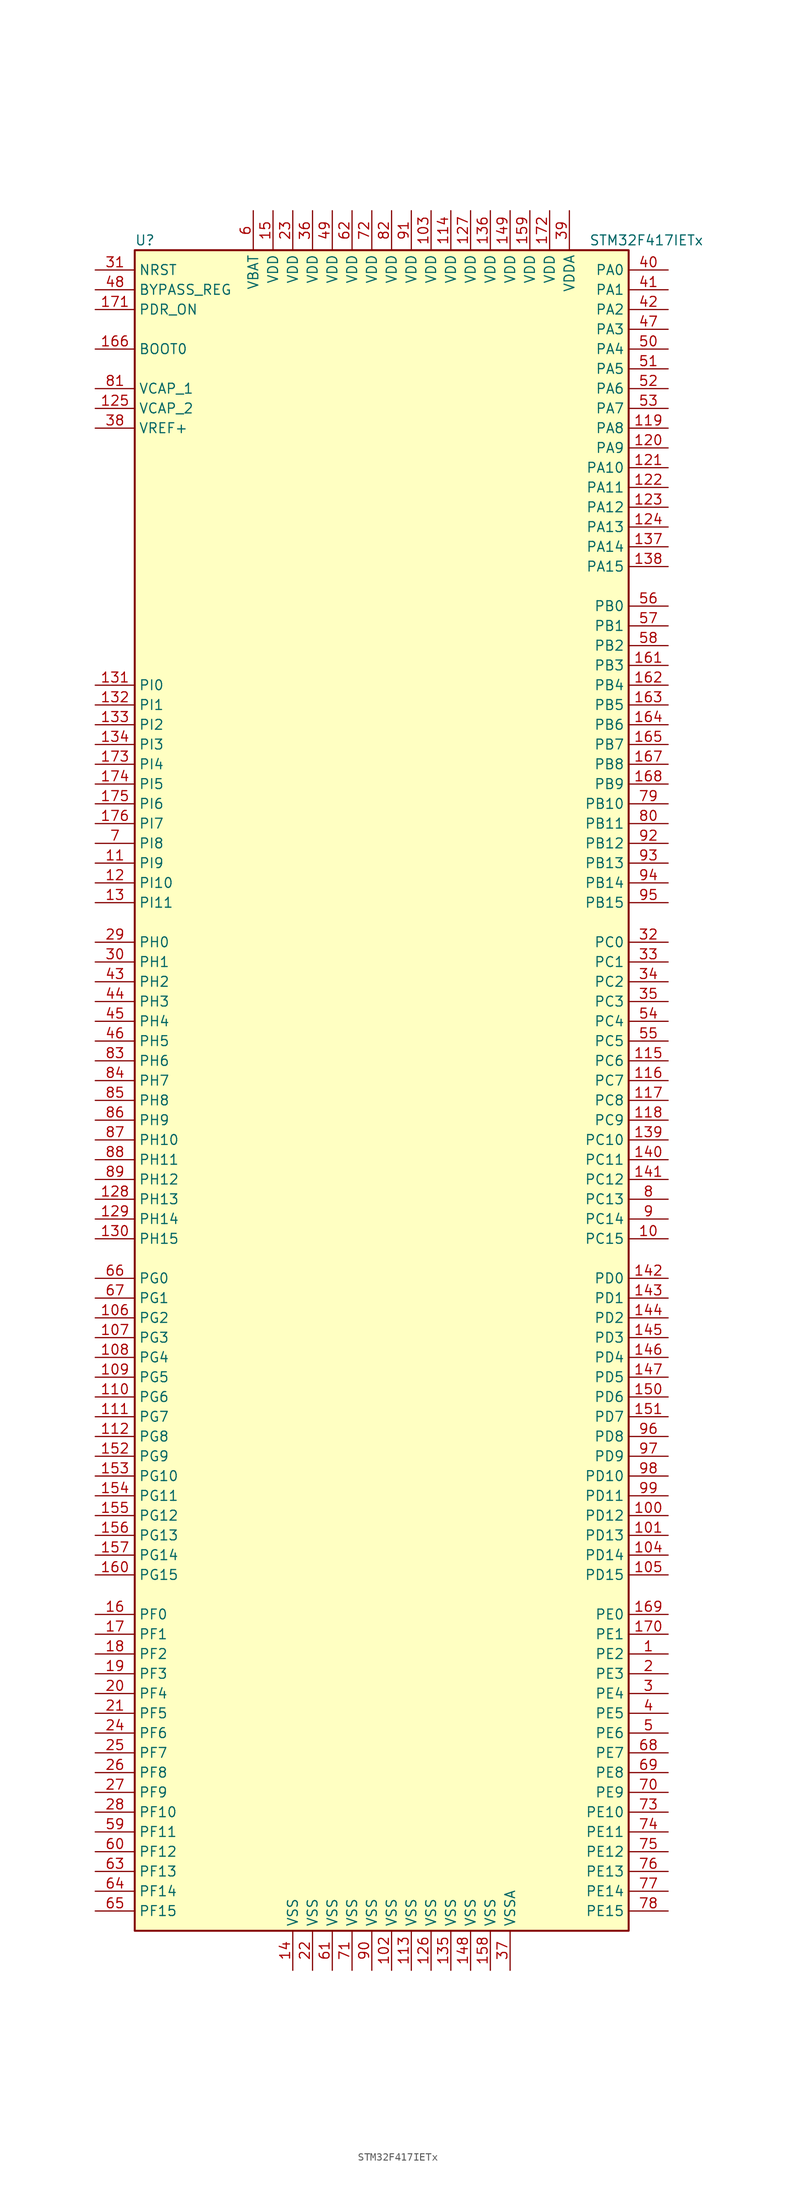
<source format=kicad_sym>
(kicad_symbol_lib
  (version 20201005)
  (generator kicad_symbol_editor)
  (symbol "MCU_ST_STM32F4:STM32F417IETx"
    (property "Reference" "U"
      (at -33.02 107.95 0)
      (effects (font (size 1.27 1.27)) (justify left)))
    (property "Value" "STM32F417IETx"
      (at 25.4 107.95 0)
      (effects (font (size 1.27 1.27)) (justify left)))
    (symbol "STM32F417IETx_0_1"
      (rectangle (start -33.02 -109.22) (end 30.48 106.68) (stroke (width 0.254)) (fill (type background))))
    (symbol "STM32F417IETx_1_1"
      (pin input line (at -38.1 93.98 0) (length 5.08) (name "BOOT0" (effects (font (size 1.27 1.27)))) (number "166" (effects (font (size 1.27 1.27)))))
      (pin input line (at -38.1 101.6 0) (length 5.08) (name "BYPASS_REG" (effects (font (size 1.27 1.27)))) (number "48" (effects (font (size 1.27 1.27)))))
      (pin input line (at -38.1 104.14 0) (length 5.08) (name "NRST" (effects (font (size 1.27 1.27)))) (number "31" (effects (font (size 1.27 1.27)))))
      (pin bidirectional line (at 35.56 104.14 180) (length 5.08) (name "PA0" (effects (font (size 1.27 1.27)))) (number "40" (effects (font (size 1.27 1.27)))))
      (pin bidirectional line (at 35.56 101.6 180) (length 5.08) (name "PA1" (effects (font (size 1.27 1.27)))) (number "41" (effects (font (size 1.27 1.27)))))
      (pin bidirectional line (at 35.56 78.74 180) (length 5.08) (name "PA10" (effects (font (size 1.27 1.27)))) (number "121" (effects (font (size 1.27 1.27)))))
      (pin bidirectional line (at 35.56 76.2 180) (length 5.08) (name "PA11" (effects (font (size 1.27 1.27)))) (number "122" (effects (font (size 1.27 1.27)))))
      (pin bidirectional line (at 35.56 73.66 180) (length 5.08) (name "PA12" (effects (font (size 1.27 1.27)))) (number "123" (effects (font (size 1.27 1.27)))))
      (pin bidirectional line (at 35.56 71.12 180) (length 5.08) (name "PA13" (effects (font (size 1.27 1.27)))) (number "124" (effects (font (size 1.27 1.27)))))
      (pin bidirectional line (at 35.56 68.58 180) (length 5.08) (name "PA14" (effects (font (size 1.27 1.27)))) (number "137" (effects (font (size 1.27 1.27)))))
      (pin bidirectional line (at 35.56 66.04 180) (length 5.08) (name "PA15" (effects (font (size 1.27 1.27)))) (number "138" (effects (font (size 1.27 1.27)))))
      (pin bidirectional line (at 35.56 99.06 180) (length 5.08) (name "PA2" (effects (font (size 1.27 1.27)))) (number "42" (effects (font (size 1.27 1.27)))))
      (pin bidirectional line (at 35.56 96.52 180) (length 5.08) (name "PA3" (effects (font (size 1.27 1.27)))) (number "47" (effects (font (size 1.27 1.27)))))
      (pin bidirectional line (at 35.56 93.98 180) (length 5.08) (name "PA4" (effects (font (size 1.27 1.27)))) (number "50" (effects (font (size 1.27 1.27)))))
      (pin bidirectional line (at 35.56 91.44 180) (length 5.08) (name "PA5" (effects (font (size 1.27 1.27)))) (number "51" (effects (font (size 1.27 1.27)))))
      (pin bidirectional line (at 35.56 88.9 180) (length 5.08) (name "PA6" (effects (font (size 1.27 1.27)))) (number "52" (effects (font (size 1.27 1.27)))))
      (pin bidirectional line (at 35.56 86.36 180) (length 5.08) (name "PA7" (effects (font (size 1.27 1.27)))) (number "53" (effects (font (size 1.27 1.27)))))
      (pin bidirectional line (at 35.56 83.82 180) (length 5.08) (name "PA8" (effects (font (size 1.27 1.27)))) (number "119" (effects (font (size 1.27 1.27)))))
      (pin bidirectional line (at 35.56 81.28 180) (length 5.08) (name "PA9" (effects (font (size 1.27 1.27)))) (number "120" (effects (font (size 1.27 1.27)))))
      (pin bidirectional line (at 35.56 60.96 180) (length 5.08) (name "PB0" (effects (font (size 1.27 1.27)))) (number "56" (effects (font (size 1.27 1.27)))))
      (pin bidirectional line (at 35.56 58.42 180) (length 5.08) (name "PB1" (effects (font (size 1.27 1.27)))) (number "57" (effects (font (size 1.27 1.27)))))
      (pin bidirectional line (at 35.56 35.56 180) (length 5.08) (name "PB10" (effects (font (size 1.27 1.27)))) (number "79" (effects (font (size 1.27 1.27)))))
      (pin bidirectional line (at 35.56 33.02 180) (length 5.08) (name "PB11" (effects (font (size 1.27 1.27)))) (number "80" (effects (font (size 1.27 1.27)))))
      (pin bidirectional line (at 35.56 30.48 180) (length 5.08) (name "PB12" (effects (font (size 1.27 1.27)))) (number "92" (effects (font (size 1.27 1.27)))))
      (pin bidirectional line (at 35.56 27.94 180) (length 5.08) (name "PB13" (effects (font (size 1.27 1.27)))) (number "93" (effects (font (size 1.27 1.27)))))
      (pin bidirectional line (at 35.56 25.4 180) (length 5.08) (name "PB14" (effects (font (size 1.27 1.27)))) (number "94" (effects (font (size 1.27 1.27)))))
      (pin bidirectional line (at 35.56 22.86 180) (length 5.08) (name "PB15" (effects (font (size 1.27 1.27)))) (number "95" (effects (font (size 1.27 1.27)))))
      (pin bidirectional line (at 35.56 55.88 180) (length 5.08) (name "PB2" (effects (font (size 1.27 1.27)))) (number "58" (effects (font (size 1.27 1.27)))))
      (pin bidirectional line (at 35.56 53.34 180) (length 5.08) (name "PB3" (effects (font (size 1.27 1.27)))) (number "161" (effects (font (size 1.27 1.27)))))
      (pin bidirectional line (at 35.56 50.8 180) (length 5.08) (name "PB4" (effects (font (size 1.27 1.27)))) (number "162" (effects (font (size 1.27 1.27)))))
      (pin bidirectional line (at 35.56 48.26 180) (length 5.08) (name "PB5" (effects (font (size 1.27 1.27)))) (number "163" (effects (font (size 1.27 1.27)))))
      (pin bidirectional line (at 35.56 45.72 180) (length 5.08) (name "PB6" (effects (font (size 1.27 1.27)))) (number "164" (effects (font (size 1.27 1.27)))))
      (pin bidirectional line (at 35.56 43.18 180) (length 5.08) (name "PB7" (effects (font (size 1.27 1.27)))) (number "165" (effects (font (size 1.27 1.27)))))
      (pin bidirectional line (at 35.56 40.64 180) (length 5.08) (name "PB8" (effects (font (size 1.27 1.27)))) (number "167" (effects (font (size 1.27 1.27)))))
      (pin bidirectional line (at 35.56 38.1 180) (length 5.08) (name "PB9" (effects (font (size 1.27 1.27)))) (number "168" (effects (font (size 1.27 1.27)))))
      (pin bidirectional line (at 35.56 17.78 180) (length 5.08) (name "PC0" (effects (font (size 1.27 1.27)))) (number "32" (effects (font (size 1.27 1.27)))))
      (pin bidirectional line (at 35.56 15.24 180) (length 5.08) (name "PC1" (effects (font (size 1.27 1.27)))) (number "33" (effects (font (size 1.27 1.27)))))
      (pin bidirectional line (at 35.56 -7.62 180) (length 5.08) (name "PC10" (effects (font (size 1.27 1.27)))) (number "139" (effects (font (size 1.27 1.27)))))
      (pin bidirectional line (at 35.56 -10.16 180) (length 5.08) (name "PC11" (effects (font (size 1.27 1.27)))) (number "140" (effects (font (size 1.27 1.27)))))
      (pin bidirectional line (at 35.56 -12.7 180) (length 5.08) (name "PC12" (effects (font (size 1.27 1.27)))) (number "141" (effects (font (size 1.27 1.27)))))
      (pin bidirectional line (at 35.56 -15.24 180) (length 5.08) (name "PC13" (effects (font (size 1.27 1.27)))) (number "8" (effects (font (size 1.27 1.27)))))
      (pin bidirectional line (at 35.56 -17.78 180) (length 5.08) (name "PC14" (effects (font (size 1.27 1.27)))) (number "9" (effects (font (size 1.27 1.27)))))
      (pin bidirectional line (at 35.56 -20.32 180) (length 5.08) (name "PC15" (effects (font (size 1.27 1.27)))) (number "10" (effects (font (size 1.27 1.27)))))
      (pin bidirectional line (at 35.56 12.7 180) (length 5.08) (name "PC2" (effects (font (size 1.27 1.27)))) (number "34" (effects (font (size 1.27 1.27)))))
      (pin bidirectional line (at 35.56 10.16 180) (length 5.08) (name "PC3" (effects (font (size 1.27 1.27)))) (number "35" (effects (font (size 1.27 1.27)))))
      (pin bidirectional line (at 35.56 7.62 180) (length 5.08) (name "PC4" (effects (font (size 1.27 1.27)))) (number "54" (effects (font (size 1.27 1.27)))))
      (pin bidirectional line (at 35.56 5.08 180) (length 5.08) (name "PC5" (effects (font (size 1.27 1.27)))) (number "55" (effects (font (size 1.27 1.27)))))
      (pin bidirectional line (at 35.56 2.54 180) (length 5.08) (name "PC6" (effects (font (size 1.27 1.27)))) (number "115" (effects (font (size 1.27 1.27)))))
      (pin bidirectional line (at 35.56 0 180) (length 5.08) (name "PC7" (effects (font (size 1.27 1.27)))) (number "116" (effects (font (size 1.27 1.27)))))
      (pin bidirectional line (at 35.56 -2.54 180) (length 5.08) (name "PC8" (effects (font (size 1.27 1.27)))) (number "117" (effects (font (size 1.27 1.27)))))
      (pin bidirectional line (at 35.56 -5.08 180) (length 5.08) (name "PC9" (effects (font (size 1.27 1.27)))) (number "118" (effects (font (size 1.27 1.27)))))
      (pin bidirectional line (at 35.56 -25.4 180) (length 5.08) (name "PD0" (effects (font (size 1.27 1.27)))) (number "142" (effects (font (size 1.27 1.27)))))
      (pin bidirectional line (at 35.56 -27.94 180) (length 5.08) (name "PD1" (effects (font (size 1.27 1.27)))) (number "143" (effects (font (size 1.27 1.27)))))
      (pin bidirectional line (at 35.56 -50.8 180) (length 5.08) (name "PD10" (effects (font (size 1.27 1.27)))) (number "98" (effects (font (size 1.27 1.27)))))
      (pin bidirectional line (at 35.56 -53.34 180) (length 5.08) (name "PD11" (effects (font (size 1.27 1.27)))) (number "99" (effects (font (size 1.27 1.27)))))
      (pin bidirectional line (at 35.56 -55.88 180) (length 5.08) (name "PD12" (effects (font (size 1.27 1.27)))) (number "100" (effects (font (size 1.27 1.27)))))
      (pin bidirectional line (at 35.56 -58.42 180) (length 5.08) (name "PD13" (effects (font (size 1.27 1.27)))) (number "101" (effects (font (size 1.27 1.27)))))
      (pin bidirectional line (at 35.56 -60.96 180) (length 5.08) (name "PD14" (effects (font (size 1.27 1.27)))) (number "104" (effects (font (size 1.27 1.27)))))
      (pin bidirectional line (at 35.56 -63.5 180) (length 5.08) (name "PD15" (effects (font (size 1.27 1.27)))) (number "105" (effects (font (size 1.27 1.27)))))
      (pin bidirectional line (at 35.56 -30.48 180) (length 5.08) (name "PD2" (effects (font (size 1.27 1.27)))) (number "144" (effects (font (size 1.27 1.27)))))
      (pin bidirectional line (at 35.56 -33.02 180) (length 5.08) (name "PD3" (effects (font (size 1.27 1.27)))) (number "145" (effects (font (size 1.27 1.27)))))
      (pin bidirectional line (at 35.56 -35.56 180) (length 5.08) (name "PD4" (effects (font (size 1.27 1.27)))) (number "146" (effects (font (size 1.27 1.27)))))
      (pin bidirectional line (at 35.56 -38.1 180) (length 5.08) (name "PD5" (effects (font (size 1.27 1.27)))) (number "147" (effects (font (size 1.27 1.27)))))
      (pin bidirectional line (at 35.56 -40.64 180) (length 5.08) (name "PD6" (effects (font (size 1.27 1.27)))) (number "150" (effects (font (size 1.27 1.27)))))
      (pin bidirectional line (at 35.56 -43.18 180) (length 5.08) (name "PD7" (effects (font (size 1.27 1.27)))) (number "151" (effects (font (size 1.27 1.27)))))
      (pin bidirectional line (at 35.56 -45.72 180) (length 5.08) (name "PD8" (effects (font (size 1.27 1.27)))) (number "96" (effects (font (size 1.27 1.27)))))
      (pin bidirectional line (at 35.56 -48.26 180) (length 5.08) (name "PD9" (effects (font (size 1.27 1.27)))) (number "97" (effects (font (size 1.27 1.27)))))
      (pin input line (at -38.1 99.06 0) (length 5.08) (name "PDR_ON" (effects (font (size 1.27 1.27)))) (number "171" (effects (font (size 1.27 1.27)))))
      (pin bidirectional line (at 35.56 -68.58 180) (length 5.08) (name "PE0" (effects (font (size 1.27 1.27)))) (number "169" (effects (font (size 1.27 1.27)))))
      (pin bidirectional line (at 35.56 -71.12 180) (length 5.08) (name "PE1" (effects (font (size 1.27 1.27)))) (number "170" (effects (font (size 1.27 1.27)))))
      (pin bidirectional line (at 35.56 -93.98 180) (length 5.08) (name "PE10" (effects (font (size 1.27 1.27)))) (number "73" (effects (font (size 1.27 1.27)))))
      (pin bidirectional line (at 35.56 -96.52 180) (length 5.08) (name "PE11" (effects (font (size 1.27 1.27)))) (number "74" (effects (font (size 1.27 1.27)))))
      (pin bidirectional line (at 35.56 -99.06 180) (length 5.08) (name "PE12" (effects (font (size 1.27 1.27)))) (number "75" (effects (font (size 1.27 1.27)))))
      (pin bidirectional line (at 35.56 -101.6 180) (length 5.08) (name "PE13" (effects (font (size 1.27 1.27)))) (number "76" (effects (font (size 1.27 1.27)))))
      (pin bidirectional line (at 35.56 -104.14 180) (length 5.08) (name "PE14" (effects (font (size 1.27 1.27)))) (number "77" (effects (font (size 1.27 1.27)))))
      (pin bidirectional line (at 35.56 -106.68 180) (length 5.08) (name "PE15" (effects (font (size 1.27 1.27)))) (number "78" (effects (font (size 1.27 1.27)))))
      (pin bidirectional line (at 35.56 -73.66 180) (length 5.08) (name "PE2" (effects (font (size 1.27 1.27)))) (number "1" (effects (font (size 1.27 1.27)))))
      (pin bidirectional line (at 35.56 -76.2 180) (length 5.08) (name "PE3" (effects (font (size 1.27 1.27)))) (number "2" (effects (font (size 1.27 1.27)))))
      (pin bidirectional line (at 35.56 -78.74 180) (length 5.08) (name "PE4" (effects (font (size 1.27 1.27)))) (number "3" (effects (font (size 1.27 1.27)))))
      (pin bidirectional line (at 35.56 -81.28 180) (length 5.08) (name "PE5" (effects (font (size 1.27 1.27)))) (number "4" (effects (font (size 1.27 1.27)))))
      (pin bidirectional line (at 35.56 -83.82 180) (length 5.08) (name "PE6" (effects (font (size 1.27 1.27)))) (number "5" (effects (font (size 1.27 1.27)))))
      (pin bidirectional line (at 35.56 -86.36 180) (length 5.08) (name "PE7" (effects (font (size 1.27 1.27)))) (number "68" (effects (font (size 1.27 1.27)))))
      (pin bidirectional line (at 35.56 -88.9 180) (length 5.08) (name "PE8" (effects (font (size 1.27 1.27)))) (number "69" (effects (font (size 1.27 1.27)))))
      (pin bidirectional line (at 35.56 -91.44 180) (length 5.08) (name "PE9" (effects (font (size 1.27 1.27)))) (number "70" (effects (font (size 1.27 1.27)))))
      (pin bidirectional line (at -38.1 -68.58 0) (length 5.08) (name "PF0" (effects (font (size 1.27 1.27)))) (number "16" (effects (font (size 1.27 1.27)))))
      (pin bidirectional line (at -38.1 -71.12 0) (length 5.08) (name "PF1" (effects (font (size 1.27 1.27)))) (number "17" (effects (font (size 1.27 1.27)))))
      (pin bidirectional line (at -38.1 -93.98 0) (length 5.08) (name "PF10" (effects (font (size 1.27 1.27)))) (number "28" (effects (font (size 1.27 1.27)))))
      (pin bidirectional line (at -38.1 -96.52 0) (length 5.08) (name "PF11" (effects (font (size 1.27 1.27)))) (number "59" (effects (font (size 1.27 1.27)))))
      (pin bidirectional line (at -38.1 -99.06 0) (length 5.08) (name "PF12" (effects (font (size 1.27 1.27)))) (number "60" (effects (font (size 1.27 1.27)))))
      (pin bidirectional line (at -38.1 -101.6 0) (length 5.08) (name "PF13" (effects (font (size 1.27 1.27)))) (number "63" (effects (font (size 1.27 1.27)))))
      (pin bidirectional line (at -38.1 -104.14 0) (length 5.08) (name "PF14" (effects (font (size 1.27 1.27)))) (number "64" (effects (font (size 1.27 1.27)))))
      (pin bidirectional line (at -38.1 -106.68 0) (length 5.08) (name "PF15" (effects (font (size 1.27 1.27)))) (number "65" (effects (font (size 1.27 1.27)))))
      (pin bidirectional line (at -38.1 -73.66 0) (length 5.08) (name "PF2" (effects (font (size 1.27 1.27)))) (number "18" (effects (font (size 1.27 1.27)))))
      (pin bidirectional line (at -38.1 -76.2 0) (length 5.08) (name "PF3" (effects (font (size 1.27 1.27)))) (number "19" (effects (font (size 1.27 1.27)))))
      (pin bidirectional line (at -38.1 -78.74 0) (length 5.08) (name "PF4" (effects (font (size 1.27 1.27)))) (number "20" (effects (font (size 1.27 1.27)))))
      (pin bidirectional line (at -38.1 -81.28 0) (length 5.08) (name "PF5" (effects (font (size 1.27 1.27)))) (number "21" (effects (font (size 1.27 1.27)))))
      (pin bidirectional line (at -38.1 -83.82 0) (length 5.08) (name "PF6" (effects (font (size 1.27 1.27)))) (number "24" (effects (font (size 1.27 1.27)))))
      (pin bidirectional line (at -38.1 -86.36 0) (length 5.08) (name "PF7" (effects (font (size 1.27 1.27)))) (number "25" (effects (font (size 1.27 1.27)))))
      (pin bidirectional line (at -38.1 -88.9 0) (length 5.08) (name "PF8" (effects (font (size 1.27 1.27)))) (number "26" (effects (font (size 1.27 1.27)))))
      (pin bidirectional line (at -38.1 -91.44 0) (length 5.08) (name "PF9" (effects (font (size 1.27 1.27)))) (number "27" (effects (font (size 1.27 1.27)))))
      (pin bidirectional line (at -38.1 -25.4 0) (length 5.08) (name "PG0" (effects (font (size 1.27 1.27)))) (number "66" (effects (font (size 1.27 1.27)))))
      (pin bidirectional line (at -38.1 -27.94 0) (length 5.08) (name "PG1" (effects (font (size 1.27 1.27)))) (number "67" (effects (font (size 1.27 1.27)))))
      (pin bidirectional line (at -38.1 -50.8 0) (length 5.08) (name "PG10" (effects (font (size 1.27 1.27)))) (number "153" (effects (font (size 1.27 1.27)))))
      (pin bidirectional line (at -38.1 -53.34 0) (length 5.08) (name "PG11" (effects (font (size 1.27 1.27)))) (number "154" (effects (font (size 1.27 1.27)))))
      (pin bidirectional line (at -38.1 -55.88 0) (length 5.08) (name "PG12" (effects (font (size 1.27 1.27)))) (number "155" (effects (font (size 1.27 1.27)))))
      (pin bidirectional line (at -38.1 -58.42 0) (length 5.08) (name "PG13" (effects (font (size 1.27 1.27)))) (number "156" (effects (font (size 1.27 1.27)))))
      (pin bidirectional line (at -38.1 -60.96 0) (length 5.08) (name "PG14" (effects (font (size 1.27 1.27)))) (number "157" (effects (font (size 1.27 1.27)))))
      (pin bidirectional line (at -38.1 -63.5 0) (length 5.08) (name "PG15" (effects (font (size 1.27 1.27)))) (number "160" (effects (font (size 1.27 1.27)))))
      (pin bidirectional line (at -38.1 -30.48 0) (length 5.08) (name "PG2" (effects (font (size 1.27 1.27)))) (number "106" (effects (font (size 1.27 1.27)))))
      (pin bidirectional line (at -38.1 -33.02 0) (length 5.08) (name "PG3" (effects (font (size 1.27 1.27)))) (number "107" (effects (font (size 1.27 1.27)))))
      (pin bidirectional line (at -38.1 -35.56 0) (length 5.08) (name "PG4" (effects (font (size 1.27 1.27)))) (number "108" (effects (font (size 1.27 1.27)))))
      (pin bidirectional line (at -38.1 -38.1 0) (length 5.08) (name "PG5" (effects (font (size 1.27 1.27)))) (number "109" (effects (font (size 1.27 1.27)))))
      (pin bidirectional line (at -38.1 -40.64 0) (length 5.08) (name "PG6" (effects (font (size 1.27 1.27)))) (number "110" (effects (font (size 1.27 1.27)))))
      (pin bidirectional line (at -38.1 -43.18 0) (length 5.08) (name "PG7" (effects (font (size 1.27 1.27)))) (number "111" (effects (font (size 1.27 1.27)))))
      (pin bidirectional line (at -38.1 -45.72 0) (length 5.08) (name "PG8" (effects (font (size 1.27 1.27)))) (number "112" (effects (font (size 1.27 1.27)))))
      (pin bidirectional line (at -38.1 -48.26 0) (length 5.08) (name "PG9" (effects (font (size 1.27 1.27)))) (number "152" (effects (font (size 1.27 1.27)))))
      (pin input line (at -38.1 17.78 0) (length 5.08) (name "PH0" (effects (font (size 1.27 1.27)))) (number "29" (effects (font (size 1.27 1.27)))))
      (pin input line (at -38.1 15.24 0) (length 5.08) (name "PH1" (effects (font (size 1.27 1.27)))) (number "30" (effects (font (size 1.27 1.27)))))
      (pin bidirectional line (at -38.1 -7.62 0) (length 5.08) (name "PH10" (effects (font (size 1.27 1.27)))) (number "87" (effects (font (size 1.27 1.27)))))
      (pin bidirectional line (at -38.1 -10.16 0) (length 5.08) (name "PH11" (effects (font (size 1.27 1.27)))) (number "88" (effects (font (size 1.27 1.27)))))
      (pin bidirectional line (at -38.1 -12.7 0) (length 5.08) (name "PH12" (effects (font (size 1.27 1.27)))) (number "89" (effects (font (size 1.27 1.27)))))
      (pin bidirectional line (at -38.1 -15.24 0) (length 5.08) (name "PH13" (effects (font (size 1.27 1.27)))) (number "128" (effects (font (size 1.27 1.27)))))
      (pin bidirectional line (at -38.1 -17.78 0) (length 5.08) (name "PH14" (effects (font (size 1.27 1.27)))) (number "129" (effects (font (size 1.27 1.27)))))
      (pin bidirectional line (at -38.1 -20.32 0) (length 5.08) (name "PH15" (effects (font (size 1.27 1.27)))) (number "130" (effects (font (size 1.27 1.27)))))
      (pin bidirectional line (at -38.1 12.7 0) (length 5.08) (name "PH2" (effects (font (size 1.27 1.27)))) (number "43" (effects (font (size 1.27 1.27)))))
      (pin bidirectional line (at -38.1 10.16 0) (length 5.08) (name "PH3" (effects (font (size 1.27 1.27)))) (number "44" (effects (font (size 1.27 1.27)))))
      (pin bidirectional line (at -38.1 7.62 0) (length 5.08) (name "PH4" (effects (font (size 1.27 1.27)))) (number "45" (effects (font (size 1.27 1.27)))))
      (pin bidirectional line (at -38.1 5.08 0) (length 5.08) (name "PH5" (effects (font (size 1.27 1.27)))) (number "46" (effects (font (size 1.27 1.27)))))
      (pin bidirectional line (at -38.1 2.54 0) (length 5.08) (name "PH6" (effects (font (size 1.27 1.27)))) (number "83" (effects (font (size 1.27 1.27)))))
      (pin bidirectional line (at -38.1 0 0) (length 5.08) (name "PH7" (effects (font (size 1.27 1.27)))) (number "84" (effects (font (size 1.27 1.27)))))
      (pin bidirectional line (at -38.1 -2.54 0) (length 5.08) (name "PH8" (effects (font (size 1.27 1.27)))) (number "85" (effects (font (size 1.27 1.27)))))
      (pin bidirectional line (at -38.1 -5.08 0) (length 5.08) (name "PH9" (effects (font (size 1.27 1.27)))) (number "86" (effects (font (size 1.27 1.27)))))
      (pin bidirectional line (at -38.1 50.8 0) (length 5.08) (name "PI0" (effects (font (size 1.27 1.27)))) (number "131" (effects (font (size 1.27 1.27)))))
      (pin bidirectional line (at -38.1 48.26 0) (length 5.08) (name "PI1" (effects (font (size 1.27 1.27)))) (number "132" (effects (font (size 1.27 1.27)))))
      (pin bidirectional line (at -38.1 25.4 0) (length 5.08) (name "PI10" (effects (font (size 1.27 1.27)))) (number "12" (effects (font (size 1.27 1.27)))))
      (pin bidirectional line (at -38.1 22.86 0) (length 5.08) (name "PI11" (effects (font (size 1.27 1.27)))) (number "13" (effects (font (size 1.27 1.27)))))
      (pin bidirectional line (at -38.1 45.72 0) (length 5.08) (name "PI2" (effects (font (size 1.27 1.27)))) (number "133" (effects (font (size 1.27 1.27)))))
      (pin bidirectional line (at -38.1 43.18 0) (length 5.08) (name "PI3" (effects (font (size 1.27 1.27)))) (number "134" (effects (font (size 1.27 1.27)))))
      (pin bidirectional line (at -38.1 40.64 0) (length 5.08) (name "PI4" (effects (font (size 1.27 1.27)))) (number "173" (effects (font (size 1.27 1.27)))))
      (pin bidirectional line (at -38.1 38.1 0) (length 5.08) (name "PI5" (effects (font (size 1.27 1.27)))) (number "174" (effects (font (size 1.27 1.27)))))
      (pin bidirectional line (at -38.1 35.56 0) (length 5.08) (name "PI6" (effects (font (size 1.27 1.27)))) (number "175" (effects (font (size 1.27 1.27)))))
      (pin bidirectional line (at -38.1 33.02 0) (length 5.08) (name "PI7" (effects (font (size 1.27 1.27)))) (number "176" (effects (font (size 1.27 1.27)))))
      (pin bidirectional line (at -38.1 30.48 0) (length 5.08) (name "PI8" (effects (font (size 1.27 1.27)))) (number "7" (effects (font (size 1.27 1.27)))))
      (pin bidirectional line (at -38.1 27.94 0) (length 5.08) (name "PI9" (effects (font (size 1.27 1.27)))) (number "11" (effects (font (size 1.27 1.27)))))
      (pin power_in line (at -17.78 111.76 270) (length 5.08) (name "VBAT" (effects (font (size 1.27 1.27)))) (number "6" (effects (font (size 1.27 1.27)))))
      (pin power_in line (at -38.1 88.9 0) (length 5.08) (name "VCAP_1" (effects (font (size 1.27 1.27)))) (number "81" (effects (font (size 1.27 1.27)))))
      (pin power_in line (at -38.1 86.36 0) (length 5.08) (name "VCAP_2" (effects (font (size 1.27 1.27)))) (number "125" (effects (font (size 1.27 1.27)))))
      (pin power_in line (at 5.08 111.76 270) (length 5.08) (name "VDD" (effects (font (size 1.27 1.27)))) (number "103" (effects (font (size 1.27 1.27)))))
      (pin power_in line (at 7.62 111.76 270) (length 5.08) (name "VDD" (effects (font (size 1.27 1.27)))) (number "114" (effects (font (size 1.27 1.27)))))
      (pin power_in line (at 10.16 111.76 270) (length 5.08) (name "VDD" (effects (font (size 1.27 1.27)))) (number "127" (effects (font (size 1.27 1.27)))))
      (pin power_in line (at 12.7 111.76 270) (length 5.08) (name "VDD" (effects (font (size 1.27 1.27)))) (number "136" (effects (font (size 1.27 1.27)))))
      (pin power_in line (at 15.24 111.76 270) (length 5.08) (name "VDD" (effects (font (size 1.27 1.27)))) (number "149" (effects (font (size 1.27 1.27)))))
      (pin power_in line (at -15.24 111.76 270) (length 5.08) (name "VDD" (effects (font (size 1.27 1.27)))) (number "15" (effects (font (size 1.27 1.27)))))
      (pin power_in line (at 17.78 111.76 270) (length 5.08) (name "VDD" (effects (font (size 1.27 1.27)))) (number "159" (effects (font (size 1.27 1.27)))))
      (pin power_in line (at 20.32 111.76 270) (length 5.08) (name "VDD" (effects (font (size 1.27 1.27)))) (number "172" (effects (font (size 1.27 1.27)))))
      (pin power_in line (at -12.7 111.76 270) (length 5.08) (name "VDD" (effects (font (size 1.27 1.27)))) (number "23" (effects (font (size 1.27 1.27)))))
      (pin power_in line (at -10.16 111.76 270) (length 5.08) (name "VDD" (effects (font (size 1.27 1.27)))) (number "36" (effects (font (size 1.27 1.27)))))
      (pin power_in line (at -7.62 111.76 270) (length 5.08) (name "VDD" (effects (font (size 1.27 1.27)))) (number "49" (effects (font (size 1.27 1.27)))))
      (pin power_in line (at -5.08 111.76 270) (length 5.08) (name "VDD" (effects (font (size 1.27 1.27)))) (number "62" (effects (font (size 1.27 1.27)))))
      (pin power_in line (at -2.54 111.76 270) (length 5.08) (name "VDD" (effects (font (size 1.27 1.27)))) (number "72" (effects (font (size 1.27 1.27)))))
      (pin power_in line (at 0 111.76 270) (length 5.08) (name "VDD" (effects (font (size 1.27 1.27)))) (number "82" (effects (font (size 1.27 1.27)))))
      (pin power_in line (at 2.54 111.76 270) (length 5.08) (name "VDD" (effects (font (size 1.27 1.27)))) (number "91" (effects (font (size 1.27 1.27)))))
      (pin power_in line (at 22.86 111.76 270) (length 5.08) (name "VDDA" (effects (font (size 1.27 1.27)))) (number "39" (effects (font (size 1.27 1.27)))))
      (pin power_in line (at -38.1 83.82 0) (length 5.08) (name "VREF+" (effects (font (size 1.27 1.27)))) (number "38" (effects (font (size 1.27 1.27)))))
      (pin power_in line (at 0 -114.3 90) (length 5.08) (name "VSS" (effects (font (size 1.27 1.27)))) (number "102" (effects (font (size 1.27 1.27)))))
      (pin power_in line (at 2.54 -114.3 90) (length 5.08) (name "VSS" (effects (font (size 1.27 1.27)))) (number "113" (effects (font (size 1.27 1.27)))))
      (pin power_in line (at 5.08 -114.3 90) (length 5.08) (name "VSS" (effects (font (size 1.27 1.27)))) (number "126" (effects (font (size 1.27 1.27)))))
      (pin power_in line (at 7.62 -114.3 90) (length 5.08) (name "VSS" (effects (font (size 1.27 1.27)))) (number "135" (effects (font (size 1.27 1.27)))))
      (pin power_in line (at -12.7 -114.3 90) (length 5.08) (name "VSS" (effects (font (size 1.27 1.27)))) (number "14" (effects (font (size 1.27 1.27)))))
      (pin power_in line (at 10.16 -114.3 90) (length 5.08) (name "VSS" (effects (font (size 1.27 1.27)))) (number "148" (effects (font (size 1.27 1.27)))))
      (pin power_in line (at 12.7 -114.3 90) (length 5.08) (name "VSS" (effects (font (size 1.27 1.27)))) (number "158" (effects (font (size 1.27 1.27)))))
      (pin power_in line (at -10.16 -114.3 90) (length 5.08) (name "VSS" (effects (font (size 1.27 1.27)))) (number "22" (effects (font (size 1.27 1.27)))))
      (pin power_in line (at -7.62 -114.3 90) (length 5.08) (name "VSS" (effects (font (size 1.27 1.27)))) (number "61" (effects (font (size 1.27 1.27)))))
      (pin power_in line (at -5.08 -114.3 90) (length 5.08) (name "VSS" (effects (font (size 1.27 1.27)))) (number "71" (effects (font (size 1.27 1.27)))))
      (pin power_in line (at -2.54 -114.3 90) (length 5.08) (name "VSS" (effects (font (size 1.27 1.27)))) (number "90" (effects (font (size 1.27 1.27)))))
      (pin power_in line (at 15.24 -114.3 90) (length 5.08) (name "VSSA" (effects (font (size 1.27 1.27)))) (number "37" (effects (font (size 1.27 1.27))))))))
</source>
